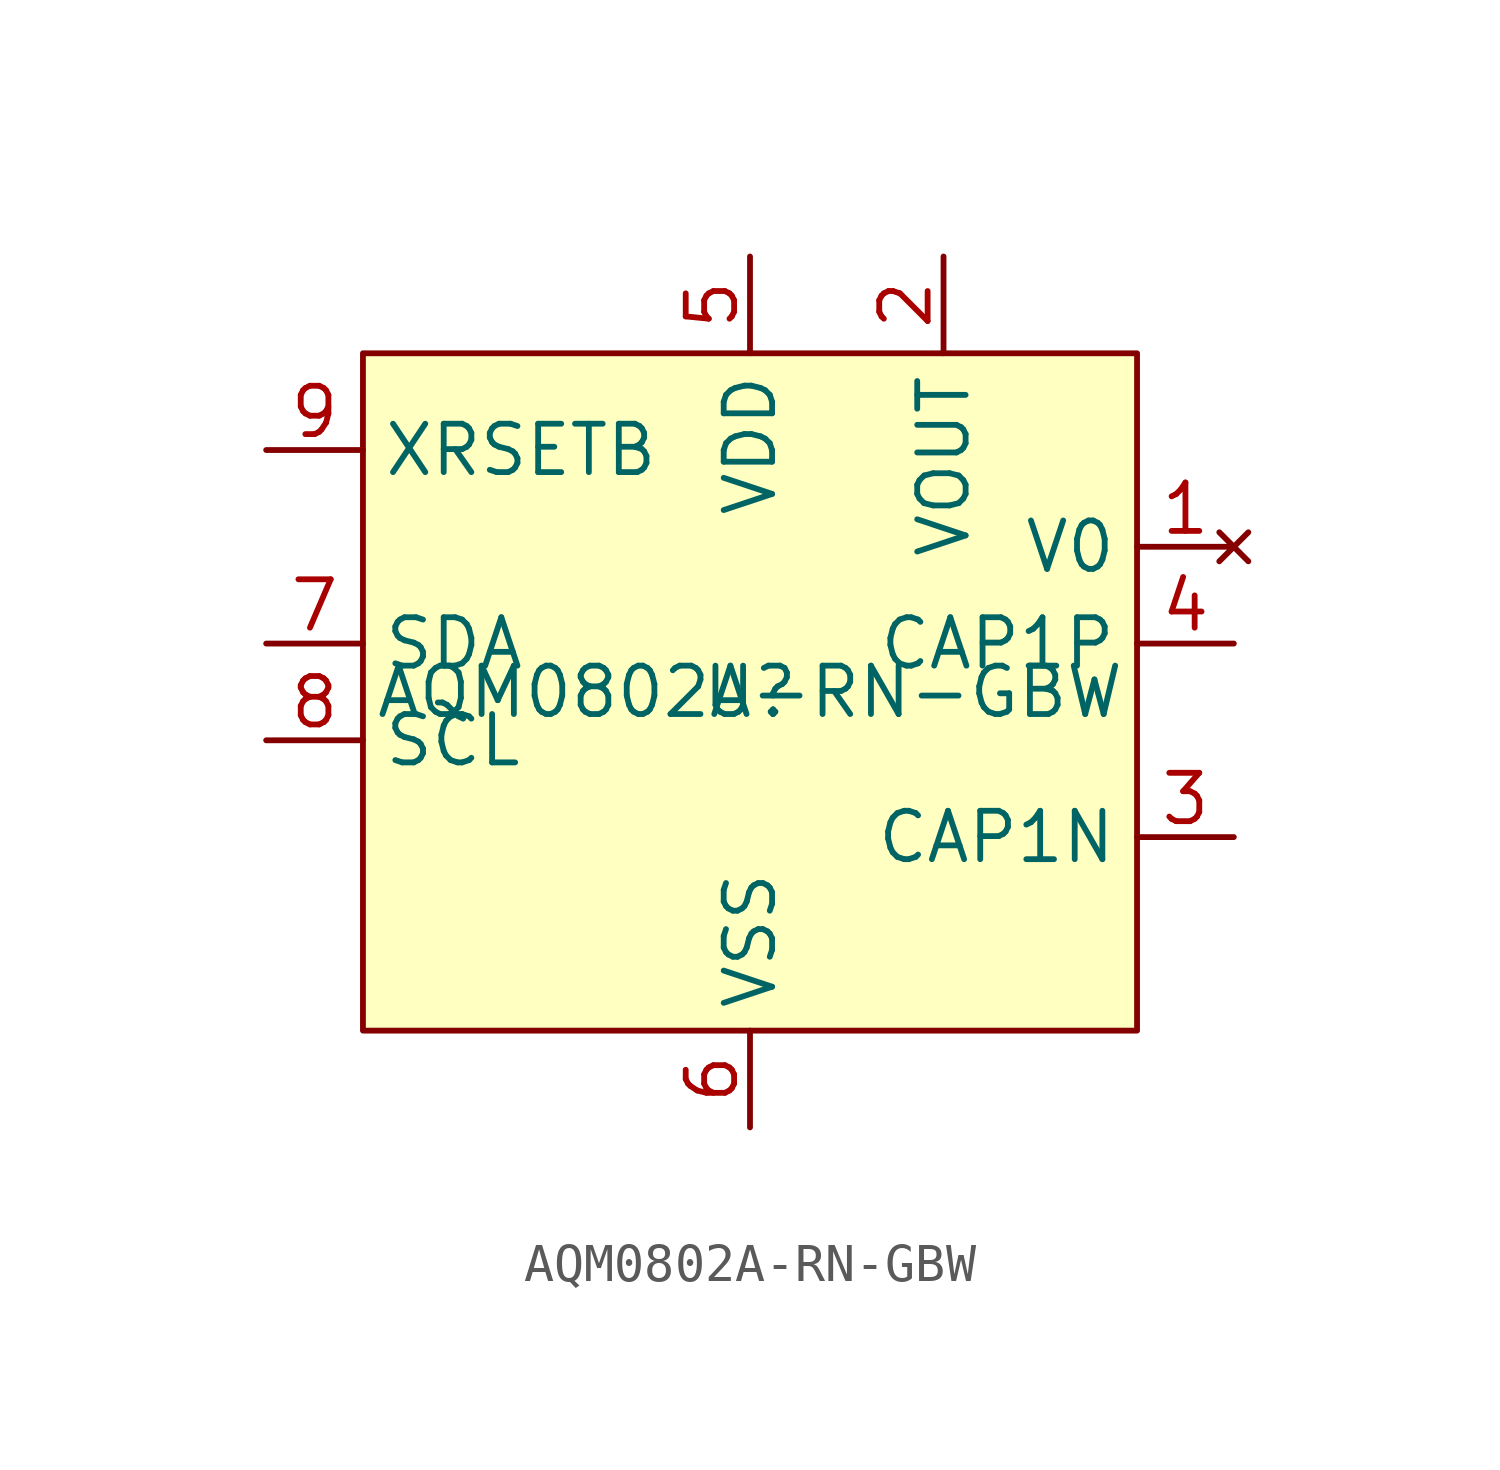
<source format=kicad_sym>
(kicad_symbol_lib
  (version 20241209)
  (generator "kicad_symbol_editor")
  (generator_version "9.0")
  (symbol "AQM0802A-RN-GBW"
    (property "Reference" "U"
      (at 0 0 0)
      (effects (font (size 1.27 1.27))))
    (property "Value" "AQM0802A-RN-GBW"
      (at 0 0 0)
      (effects (font (size 1.27 1.27))))
    (symbol "AQM0802A-RN-GBW_1_1"
      (rectangle (start -10.16 8.89) (end 10.16 -8.89) (stroke (width 0) (type solid)) (fill (type background)))
      (pin input line (at -12.7 6.35 0) (length 2.54) (name "XRSETB" (effects (font (size 1.27 1.27)))) (number "9" (effects (font (size 1.27 1.27)))))
      (pin input line (at -12.7 1.27 0) (length 2.54) (name "SDA" (effects (font (size 1.27 1.27)))) (number "7" (effects (font (size 1.27 1.27)))))
      (pin input line (at -12.7 -1.27 0) (length 2.54) (name "SCL" (effects (font (size 1.27 1.27)))) (number "8" (effects (font (size 1.27 1.27)))))
      (pin power_in line (at 0 11.43 270) (length 2.54) (name "VDD" (effects (font (size 1.27 1.27)))) (number "5" (effects (font (size 1.27 1.27)))))
      (pin power_in line (at 0 -11.43 90) (length 2.54) (name "VSS" (effects (font (size 1.27 1.27)))) (number "6" (effects (font (size 1.27 1.27)))))
      (pin output line (at 5.08 11.43 270) (length 2.54) (name "VOUT" (effects (font (size 1.27 1.27)))) (number "2" (effects (font (size 1.27 1.27)))))
      (pin no_connect line (at 12.7 3.81 180) (length 2.54) (name "V0" (effects (font (size 1.27 1.27)))) (number "1" (effects (font (size 1.27 1.27)))))
      (pin output line (at 12.7 1.27 180) (length 2.54) (name "CAP1P" (effects (font (size 1.27 1.27)))) (number "4" (effects (font (size 1.27 1.27)))))
      (pin output line (at 12.7 -3.81 180) (length 2.54) (name "CAP1N" (effects (font (size 1.27 1.27)))) (number "3" (effects (font (size 1.27 1.27))))))))
</source>
